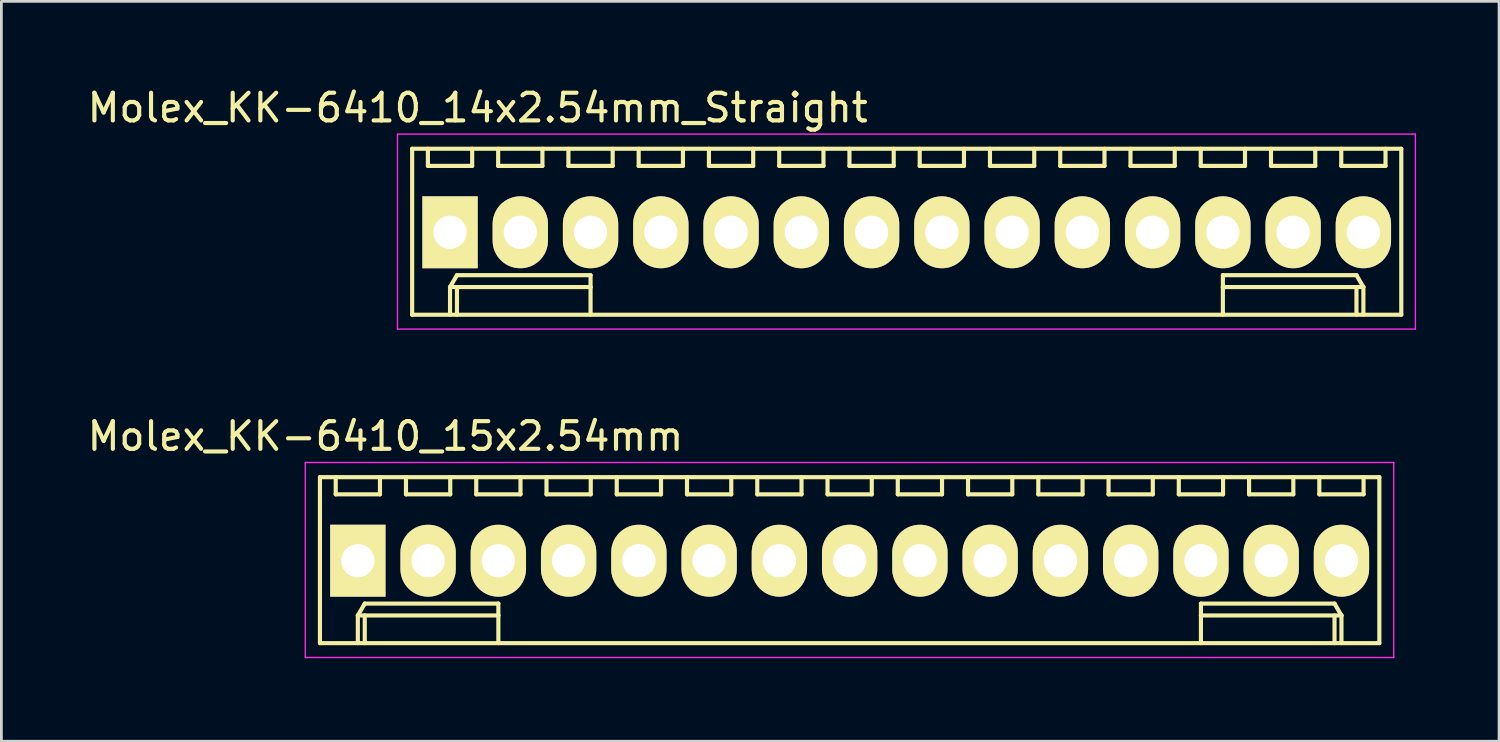
<source format=kicad_pcb>
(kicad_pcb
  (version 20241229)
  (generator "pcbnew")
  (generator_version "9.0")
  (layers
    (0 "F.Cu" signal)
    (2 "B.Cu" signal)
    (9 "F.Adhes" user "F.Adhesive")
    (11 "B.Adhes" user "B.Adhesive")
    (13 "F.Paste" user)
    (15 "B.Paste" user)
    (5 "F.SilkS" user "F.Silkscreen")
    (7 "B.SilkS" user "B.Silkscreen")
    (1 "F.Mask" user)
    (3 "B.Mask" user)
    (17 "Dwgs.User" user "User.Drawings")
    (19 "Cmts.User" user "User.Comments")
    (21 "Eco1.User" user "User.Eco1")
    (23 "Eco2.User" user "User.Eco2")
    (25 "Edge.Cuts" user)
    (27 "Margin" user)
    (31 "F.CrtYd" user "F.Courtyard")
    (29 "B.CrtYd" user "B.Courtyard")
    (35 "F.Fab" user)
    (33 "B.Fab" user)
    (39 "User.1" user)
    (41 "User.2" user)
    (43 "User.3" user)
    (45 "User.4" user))
  (footprint "Molex_KK-6410_14x2.54mm_Straight"
    (layer "F.Cu")
    (at 13.22 5.348)
    (property "Reference" "Molex_KK-6410_14x2.54mm_Straight" (at 1 -4.5 0) (layer "F.SilkS") (effects (font (size 1 1) (thickness 0.15))))
    (attr through_hole)
    (fp_line (start -1.37 -3.02) (end -1.37 2.98) (stroke (width 0.15) (type solid)) (layer "F.SilkS"))
    (fp_line (start -1.37 2.98) (end 34.39 2.98) (stroke (width 0.15) (type solid)) (layer "F.SilkS"))
    (fp_line (start -0.8 -3.02) (end -0.8 -2.4) (stroke (width 0.15) (type solid)) (layer "F.SilkS"))
    (fp_line (start -0.8 -2.4) (end 0.8 -2.4) (stroke (width 0.15) (type solid)) (layer "F.SilkS"))
    (fp_line (start 0 1.98) (end 0.25 1.55) (stroke (width 0.15) (type solid)) (layer "F.SilkS"))
    (fp_line (start 0 1.98) (end 5.08 1.98) (stroke (width 0.15) (type solid)) (layer "F.SilkS"))
    (fp_line (start 0 2.98) (end 0 1.98) (stroke (width 0.15) (type solid)) (layer "F.SilkS"))
    (fp_line (start 0.25 1.55) (end 5.08 1.55) (stroke (width 0.15) (type solid)) (layer "F.SilkS"))
    (fp_line (start 0.25 2.98) (end 0.25 1.98) (stroke (width 0.15) (type solid)) (layer "F.SilkS"))
    (fp_line (start 0.8 -2.4) (end 0.8 -3.02) (stroke (width 0.15) (type solid)) (layer "F.SilkS"))
    (fp_line (start 1.74 -3.02) (end 1.74 -2.4) (stroke (width 0.15) (type solid)) (layer "F.SilkS"))
    (fp_line (start 1.74 -2.4) (end 3.34 -2.4) (stroke (width 0.15) (type solid)) (layer "F.SilkS"))
    (fp_line (start 3.34 -2.4) (end 3.34 -3.02) (stroke (width 0.15) (type solid)) (layer "F.SilkS"))
    (fp_line (start 4.28 -3.02) (end 4.28 -2.4) (stroke (width 0.15) (type solid)) (layer "F.SilkS"))
    (fp_line (start 4.28 -2.4) (end 5.88 -2.4) (stroke (width 0.15) (type solid)) (layer "F.SilkS"))
    (fp_line (start 5.08 1.55) (end 5.08 1.98) (stroke (width 0.15) (type solid)) (layer "F.SilkS"))
    (fp_line (start 5.08 1.98) (end 5.08 2.98) (stroke (width 0.15) (type solid)) (layer "F.SilkS"))
    (fp_line (start 5.88 -2.4) (end 5.88 -3.02) (stroke (width 0.15) (type solid)) (layer "F.SilkS"))
    (fp_line (start 6.82 -3.02) (end 6.82 -2.4) (stroke (width 0.15) (type solid)) (layer "F.SilkS"))
    (fp_line (start 6.82 -2.4) (end 8.42 -2.4) (stroke (width 0.15) (type solid)) (layer "F.SilkS"))
    (fp_line (start 8.42 -2.4) (end 8.42 -3.02) (stroke (width 0.15) (type solid)) (layer "F.SilkS"))
    (fp_line (start 9.36 -3.02) (end 9.36 -2.4) (stroke (width 0.15) (type solid)) (layer "F.SilkS"))
    (fp_line (start 9.36 -2.4) (end 10.96 -2.4) (stroke (width 0.15) (type solid)) (layer "F.SilkS"))
    (fp_line (start 10.96 -2.4) (end 10.96 -3.02) (stroke (width 0.15) (type solid)) (layer "F.SilkS"))
    (fp_line (start 11.9 -3.02) (end 11.9 -2.4) (stroke (width 0.15) (type solid)) (layer "F.SilkS"))
    (fp_line (start 11.9 -2.4) (end 13.5 -2.4) (stroke (width 0.15) (type solid)) (layer "F.SilkS"))
    (fp_line (start 13.5 -2.4) (end 13.5 -3.02) (stroke (width 0.15) (type solid)) (layer "F.SilkS"))
    (fp_line (start 14.44 -3.02) (end 14.44 -2.4) (stroke (width 0.15) (type solid)) (layer "F.SilkS"))
    (fp_line (start 14.44 -2.4) (end 16.04 -2.4) (stroke (width 0.15) (type solid)) (layer "F.SilkS"))
    (fp_line (start 16.04 -2.4) (end 16.04 -3.02) (stroke (width 0.15) (type solid)) (layer "F.SilkS"))
    (fp_line (start 16.98 -3.02) (end 16.98 -2.4) (stroke (width 0.15) (type solid)) (layer "F.SilkS"))
    (fp_line (start 16.98 -2.4) (end 18.58 -2.4) (stroke (width 0.15) (type solid)) (layer "F.SilkS"))
    (fp_line (start 18.58 -2.4) (end 18.58 -3.02) (stroke (width 0.15) (type solid)) (layer "F.SilkS"))
    (fp_line (start 19.52 -3.02) (end 19.52 -2.4) (stroke (width 0.15) (type solid)) (layer "F.SilkS"))
    (fp_line (start 19.52 -2.4) (end 21.12 -2.4) (stroke (width 0.15) (type solid)) (layer "F.SilkS"))
    (fp_line (start 21.12 -2.4) (end 21.12 -3.02) (stroke (width 0.15) (type solid)) (layer "F.SilkS"))
    (fp_line (start 22.06 -3.02) (end 22.06 -2.4) (stroke (width 0.15) (type solid)) (layer "F.SilkS"))
    (fp_line (start 22.06 -2.4) (end 23.66 -2.4) (stroke (width 0.15) (type solid)) (layer "F.SilkS"))
    (fp_line (start 23.66 -2.4) (end 23.66 -3.02) (stroke (width 0.15) (type solid)) (layer "F.SilkS"))
    (fp_line (start 24.6 -3.02) (end 24.6 -2.4) (stroke (width 0.15) (type solid)) (layer "F.SilkS"))
    (fp_line (start 24.6 -2.4) (end 26.2 -2.4) (stroke (width 0.15) (type solid)) (layer "F.SilkS"))
    (fp_line (start 26.2 -2.4) (end 26.2 -3.02) (stroke (width 0.15) (type solid)) (layer "F.SilkS"))
    (fp_line (start 27.14 -3.02) (end 27.14 -2.4) (stroke (width 0.15) (type solid)) (layer "F.SilkS"))
    (fp_line (start 27.14 -2.4) (end 28.74 -2.4) (stroke (width 0.15) (type solid)) (layer "F.SilkS"))
    (fp_line (start 27.94 1.55) (end 27.94 1.98) (stroke (width 0.15) (type solid)) (layer "F.SilkS"))
    (fp_line (start 27.94 1.98) (end 27.94 2.98) (stroke (width 0.15) (type solid)) (layer "F.SilkS"))
    (fp_line (start 28.74 -2.4) (end 28.74 -3.02) (stroke (width 0.15) (type solid)) (layer "F.SilkS"))
    (fp_line (start 29.68 -3.02) (end 29.68 -2.4) (stroke (width 0.15) (type solid)) (layer "F.SilkS"))
    (fp_line (start 29.68 -2.4) (end 31.28 -2.4) (stroke (width 0.15) (type solid)) (layer "F.SilkS"))
    (fp_line (start 31.28 -2.4) (end 31.28 -3.02) (stroke (width 0.15) (type solid)) (layer "F.SilkS"))
    (fp_line (start 32.22 -3.02) (end 32.22 -2.4) (stroke (width 0.15) (type solid)) (layer "F.SilkS"))
    (fp_line (start 32.22 -2.4) (end 33.82 -2.4) (stroke (width 0.15) (type solid)) (layer "F.SilkS"))
    (fp_line (start 32.77 1.55) (end 27.94 1.55) (stroke (width 0.15) (type solid)) (layer "F.SilkS"))
    (fp_line (start 32.77 2.98) (end 32.77 1.98) (stroke (width 0.15) (type solid)) (layer "F.SilkS"))
    (fp_line (start 33.02 1.98) (end 27.94 1.98) (stroke (width 0.15) (type solid)) (layer "F.SilkS"))
    (fp_line (start 33.02 1.98) (end 32.77 1.55) (stroke (width 0.15) (type solid)) (layer "F.SilkS"))
    (fp_line (start 33.02 2.98) (end 33.02 1.98) (stroke (width 0.15) (type solid)) (layer "F.SilkS"))
    (fp_line (start 33.82 -2.4) (end 33.82 -3.02) (stroke (width 0.15) (type solid)) (layer "F.SilkS"))
    (fp_line (start 34.39 -3.02) (end -1.37 -3.02) (stroke (width 0.15) (type solid)) (layer "F.SilkS"))
    (fp_line (start 34.39 2.98) (end 34.39 -3.02) (stroke (width 0.15) (type solid)) (layer "F.SilkS"))
    (fp_line (start -1.9 -3.55) (end 34.9 -3.55) (stroke (width 0.05) (type solid)) (layer "F.CrtYd"))
    (fp_line (start -1.9 3.5) (end -1.9 -3.55) (stroke (width 0.05) (type solid)) (layer "F.CrtYd"))
    (fp_line (start 34.9 -3.55) (end 34.9 3.5) (stroke (width 0.05) (type solid)) (layer "F.CrtYd"))
    (fp_line (start 34.9 3.5) (end -1.9 3.5) (stroke (width 0.05) (type solid)) (layer "F.CrtYd"))
    (pad "1" thru_hole rect (at 0 0) (size 2 2.6) (drill 1.2) (layers "*.Cu" "*.Mask" "F.SilkS"))
    (pad "2" thru_hole oval (at 2.54 0) (size 2 2.6) (drill 1.2) (layers "*.Cu" "*.Mask" "F.SilkS"))
    (pad "3" thru_hole oval (at 5.08 0) (size 2 2.6) (drill 1.2) (layers "*.Cu" "*.Mask" "F.SilkS"))
    (pad "4" thru_hole oval (at 7.62 0) (size 2 2.6) (drill 1.2) (layers "*.Cu" "*.Mask" "F.SilkS"))
    (pad "5" thru_hole oval (at 10.16 0) (size 2 2.6) (drill 1.2) (layers "*.Cu" "*.Mask" "F.SilkS"))
    (pad "6" thru_hole oval (at 12.7 0) (size 2 2.6) (drill 1.2) (layers "*.Cu" "*.Mask" "F.SilkS"))
    (pad "7" thru_hole oval (at 15.24 0) (size 2 2.6) (drill 1.2) (layers "*.Cu" "*.Mask" "F.SilkS"))
    (pad "8" thru_hole oval (at 17.78 0) (size 2 2.6) (drill 1.2) (layers "*.Cu" "*.Mask" "F.SilkS"))
    (pad "9" thru_hole oval (at 20.32 0) (size 2 2.6) (drill 1.2) (layers "*.Cu" "*.Mask" "F.SilkS"))
    (pad "10" thru_hole oval (at 22.86 0) (size 2 2.6) (drill 1.2) (layers "*.Cu" "*.Mask" "F.SilkS"))
    (pad "11" thru_hole oval (at 25.4 0) (size 2 2.6) (drill 1.2) (layers "*.Cu" "*.Mask" "F.SilkS"))
    (pad "12" thru_hole oval (at 27.94 0) (size 2 2.6) (drill 1.2) (layers "*.Cu" "*.Mask" "F.SilkS"))
    (pad "13" thru_hole oval (at 30.48 0) (size 2 2.6) (drill 1.2) (layers "*.Cu" "*.Mask" "F.SilkS"))
    (pad "14" thru_hole oval (at 33.02 0) (size 2 2.6) (drill 1.2) (layers "*.Cu" "*.Mask" "F.SilkS")))
  (footprint "Molex_KK-6410_15x2.54mm"
    (layer "F.Cu")
    (at 9.887 17.221)
    (property "Reference" "Molex_KK-6410_15x2.54mm" (at 1 -4.5 0) (layer "F.SilkS") (effects (font (size 1 1) (thickness 0.15))))
    (attr through_hole)
    (fp_line (start -1.37 -3.02) (end -1.37 2.98) (stroke (width 0.15) (type solid)) (layer "F.SilkS"))
    (fp_line (start -1.37 2.98) (end 36.93 2.98) (stroke (width 0.15) (type solid)) (layer "F.SilkS"))
    (fp_line (start -0.8 -3.02) (end -0.8 -2.4) (stroke (width 0.15) (type solid)) (layer "F.SilkS"))
    (fp_line (start -0.8 -2.4) (end 0.8 -2.4) (stroke (width 0.15) (type solid)) (layer "F.SilkS"))
    (fp_line (start 0 1.98) (end 0.25 1.55) (stroke (width 0.15) (type solid)) (layer "F.SilkS"))
    (fp_line (start 0 1.98) (end 5.08 1.98) (stroke (width 0.15) (type solid)) (layer "F.SilkS"))
    (fp_line (start 0 2.98) (end 0 1.98) (stroke (width 0.15) (type solid)) (layer "F.SilkS"))
    (fp_line (start 0.25 1.55) (end 5.08 1.55) (stroke (width 0.15) (type solid)) (layer "F.SilkS"))
    (fp_line (start 0.25 2.98) (end 0.25 1.98) (stroke (width 0.15) (type solid)) (layer "F.SilkS"))
    (fp_line (start 0.8 -2.4) (end 0.8 -3.02) (stroke (width 0.15) (type solid)) (layer "F.SilkS"))
    (fp_line (start 1.74 -3.02) (end 1.74 -2.4) (stroke (width 0.15) (type solid)) (layer "F.SilkS"))
    (fp_line (start 1.74 -2.4) (end 3.34 -2.4) (stroke (width 0.15) (type solid)) (layer "F.SilkS"))
    (fp_line (start 3.34 -2.4) (end 3.34 -3.02) (stroke (width 0.15) (type solid)) (layer "F.SilkS"))
    (fp_line (start 4.28 -3.02) (end 4.28 -2.4) (stroke (width 0.15) (type solid)) (layer "F.SilkS"))
    (fp_line (start 4.28 -2.4) (end 5.88 -2.4) (stroke (width 0.15) (type solid)) (layer "F.SilkS"))
    (fp_line (start 5.08 1.55) (end 5.08 1.98) (stroke (width 0.15) (type solid)) (layer "F.SilkS"))
    (fp_line (start 5.08 1.98) (end 5.08 2.98) (stroke (width 0.15) (type solid)) (layer "F.SilkS"))
    (fp_line (start 5.88 -2.4) (end 5.88 -3.02) (stroke (width 0.15) (type solid)) (layer "F.SilkS"))
    (fp_line (start 6.82 -3.02) (end 6.82 -2.4) (stroke (width 0.15) (type solid)) (layer "F.SilkS"))
    (fp_line (start 6.82 -2.4) (end 8.42 -2.4) (stroke (width 0.15) (type solid)) (layer "F.SilkS"))
    (fp_line (start 8.42 -2.4) (end 8.42 -3.02) (stroke (width 0.15) (type solid)) (layer "F.SilkS"))
    (fp_line (start 9.36 -3.02) (end 9.36 -2.4) (stroke (width 0.15) (type solid)) (layer "F.SilkS"))
    (fp_line (start 9.36 -2.4) (end 10.96 -2.4) (stroke (width 0.15) (type solid)) (layer "F.SilkS"))
    (fp_line (start 10.96 -2.4) (end 10.96 -3.02) (stroke (width 0.15) (type solid)) (layer "F.SilkS"))
    (fp_line (start 11.9 -3.02) (end 11.9 -2.4) (stroke (width 0.15) (type solid)) (layer "F.SilkS"))
    (fp_line (start 11.9 -2.4) (end 13.5 -2.4) (stroke (width 0.15) (type solid)) (layer "F.SilkS"))
    (fp_line (start 13.5 -2.4) (end 13.5 -3.02) (stroke (width 0.15) (type solid)) (layer "F.SilkS"))
    (fp_line (start 14.44 -3.02) (end 14.44 -2.4) (stroke (width 0.15) (type solid)) (layer "F.SilkS"))
    (fp_line (start 14.44 -2.4) (end 16.04 -2.4) (stroke (width 0.15) (type solid)) (layer "F.SilkS"))
    (fp_line (start 16.04 -2.4) (end 16.04 -3.02) (stroke (width 0.15) (type solid)) (layer "F.SilkS"))
    (fp_line (start 16.98 -3.02) (end 16.98 -2.4) (stroke (width 0.15) (type solid)) (layer "F.SilkS"))
    (fp_line (start 16.98 -2.4) (end 18.58 -2.4) (stroke (width 0.15) (type solid)) (layer "F.SilkS"))
    (fp_line (start 18.58 -2.4) (end 18.58 -3.02) (stroke (width 0.15) (type solid)) (layer "F.SilkS"))
    (fp_line (start 19.52 -3.02) (end 19.52 -2.4) (stroke (width 0.15) (type solid)) (layer "F.SilkS"))
    (fp_line (start 19.52 -2.4) (end 21.12 -2.4) (stroke (width 0.15) (type solid)) (layer "F.SilkS"))
    (fp_line (start 21.12 -2.4) (end 21.12 -3.02) (stroke (width 0.15) (type solid)) (layer "F.SilkS"))
    (fp_line (start 22.06 -3.02) (end 22.06 -2.4) (stroke (width 0.15) (type solid)) (layer "F.SilkS"))
    (fp_line (start 22.06 -2.4) (end 23.66 -2.4) (stroke (width 0.15) (type solid)) (layer "F.SilkS"))
    (fp_line (start 23.66 -2.4) (end 23.66 -3.02) (stroke (width 0.15) (type solid)) (layer "F.SilkS"))
    (fp_line (start 24.6 -3.02) (end 24.6 -2.4) (stroke (width 0.15) (type solid)) (layer "F.SilkS"))
    (fp_line (start 24.6 -2.4) (end 26.2 -2.4) (stroke (width 0.15) (type solid)) (layer "F.SilkS"))
    (fp_line (start 26.2 -2.4) (end 26.2 -3.02) (stroke (width 0.15) (type solid)) (layer "F.SilkS"))
    (fp_line (start 27.14 -3.02) (end 27.14 -2.4) (stroke (width 0.15) (type solid)) (layer "F.SilkS"))
    (fp_line (start 27.14 -2.4) (end 28.74 -2.4) (stroke (width 0.15) (type solid)) (layer "F.SilkS"))
    (fp_line (start 28.74 -2.4) (end 28.74 -3.02) (stroke (width 0.15) (type solid)) (layer "F.SilkS"))
    (fp_line (start 29.68 -3.02) (end 29.68 -2.4) (stroke (width 0.15) (type solid)) (layer "F.SilkS"))
    (fp_line (start 29.68 -2.4) (end 31.28 -2.4) (stroke (width 0.15) (type solid)) (layer "F.SilkS"))
    (fp_line (start 30.48 1.55) (end 30.48 1.98) (stroke (width 0.15) (type solid)) (layer "F.SilkS"))
    (fp_line (start 30.48 1.98) (end 30.48 2.98) (stroke (width 0.15) (type solid)) (layer "F.SilkS"))
    (fp_line (start 31.28 -2.4) (end 31.28 -3.02) (stroke (width 0.15) (type solid)) (layer "F.SilkS"))
    (fp_line (start 32.22 -3.02) (end 32.22 -2.4) (stroke (width 0.15) (type solid)) (layer "F.SilkS"))
    (fp_line (start 32.22 -2.4) (end 33.82 -2.4) (stroke (width 0.15) (type solid)) (layer "F.SilkS"))
    (fp_line (start 33.82 -2.4) (end 33.82 -3.02) (stroke (width 0.15) (type solid)) (layer "F.SilkS"))
    (fp_line (start 34.76 -3.02) (end 34.76 -2.4) (stroke (width 0.15) (type solid)) (layer "F.SilkS"))
    (fp_line (start 34.76 -2.4) (end 36.36 -2.4) (stroke (width 0.15) (type solid)) (layer "F.SilkS"))
    (fp_line (start 35.31 1.55) (end 30.48 1.55) (stroke (width 0.15) (type solid)) (layer "F.SilkS"))
    (fp_line (start 35.31 2.98) (end 35.31 1.98) (stroke (width 0.15) (type solid)) (layer "F.SilkS"))
    (fp_line (start 35.56 1.98) (end 30.48 1.98) (stroke (width 0.15) (type solid)) (layer "F.SilkS"))
    (fp_line (start 35.56 1.98) (end 35.31 1.55) (stroke (width 0.15) (type solid)) (layer "F.SilkS"))
    (fp_line (start 35.56 2.98) (end 35.56 1.98) (stroke (width 0.15) (type solid)) (layer "F.SilkS"))
    (fp_line (start 36.36 -2.4) (end 36.36 -3.02) (stroke (width 0.15) (type solid)) (layer "F.SilkS"))
    (fp_line (start 36.93 -3.02) (end -1.37 -3.02) (stroke (width 0.15) (type solid)) (layer "F.SilkS"))
    (fp_line (start 36.93 2.98) (end 36.93 -3.02) (stroke (width 0.15) (type solid)) (layer "F.SilkS"))
    (fp_line (start -1.9 -3.55) (end 37.45 -3.55) (stroke (width 0.05) (type solid)) (layer "F.CrtYd"))
    (fp_line (start -1.9 3.5) (end -1.9 -3.55) (stroke (width 0.05) (type solid)) (layer "F.CrtYd"))
    (fp_line (start 37.45 -3.55) (end 37.45 3.5) (stroke (width 0.05) (type solid)) (layer "F.CrtYd"))
    (fp_line (start 37.45 3.5) (end -1.9 3.5) (stroke (width 0.05) (type solid)) (layer "F.CrtYd"))
    (pad "1" thru_hole rect (at 0 0) (size 2 2.6) (drill 1.2) (layers "*.Cu" "*.Mask" "F.SilkS"))
    (pad "2" thru_hole oval (at 2.54 0) (size 2 2.6) (drill 1.2) (layers "*.Cu" "*.Mask" "F.SilkS"))
    (pad "3" thru_hole oval (at 5.08 0) (size 2 2.6) (drill 1.2) (layers "*.Cu" "*.Mask" "F.SilkS"))
    (pad "4" thru_hole oval (at 7.62 0) (size 2 2.6) (drill 1.2) (layers "*.Cu" "*.Mask" "F.SilkS"))
    (pad "5" thru_hole oval (at 10.16 0) (size 2 2.6) (drill 1.2) (layers "*.Cu" "*.Mask" "F.SilkS"))
    (pad "6" thru_hole oval (at 12.7 0) (size 2 2.6) (drill 1.2) (layers "*.Cu" "*.Mask" "F.SilkS"))
    (pad "7" thru_hole oval (at 15.24 0) (size 2 2.6) (drill 1.2) (layers "*.Cu" "*.Mask" "F.SilkS"))
    (pad "8" thru_hole oval (at 17.78 0) (size 2 2.6) (drill 1.2) (layers "*.Cu" "*.Mask" "F.SilkS"))
    (pad "9" thru_hole oval (at 20.32 0) (size 2 2.6) (drill 1.2) (layers "*.Cu" "*.Mask" "F.SilkS"))
    (pad "10" thru_hole oval (at 22.86 0) (size 2 2.6) (drill 1.2) (layers "*.Cu" "*.Mask" "F.SilkS"))
    (pad "11" thru_hole oval (at 25.4 0) (size 2 2.6) (drill 1.2) (layers "*.Cu" "*.Mask" "F.SilkS"))
    (pad "12" thru_hole oval (at 27.94 0) (size 2 2.6) (drill 1.2) (layers "*.Cu" "*.Mask" "F.SilkS"))
    (pad "13" thru_hole oval (at 30.48 0) (size 2 2.6) (drill 1.2) (layers "*.Cu" "*.Mask" "F.SilkS"))
    (pad "14" thru_hole oval (at 33.02 0) (size 2 2.6) (drill 1.2) (layers "*.Cu" "*.Mask" "F.SilkS"))
    (pad "15" thru_hole oval (at 35.56 0) (size 2 2.6) (drill 1.2) (layers "*.Cu" "*.Mask" "F.SilkS")))
  (gr_rect
    (start -3 -3)
    (end 51.145 23.747)
    (stroke (width 0.1) (type default))
    (fill no)
    (layer "Edge.Cuts")))
</source>
